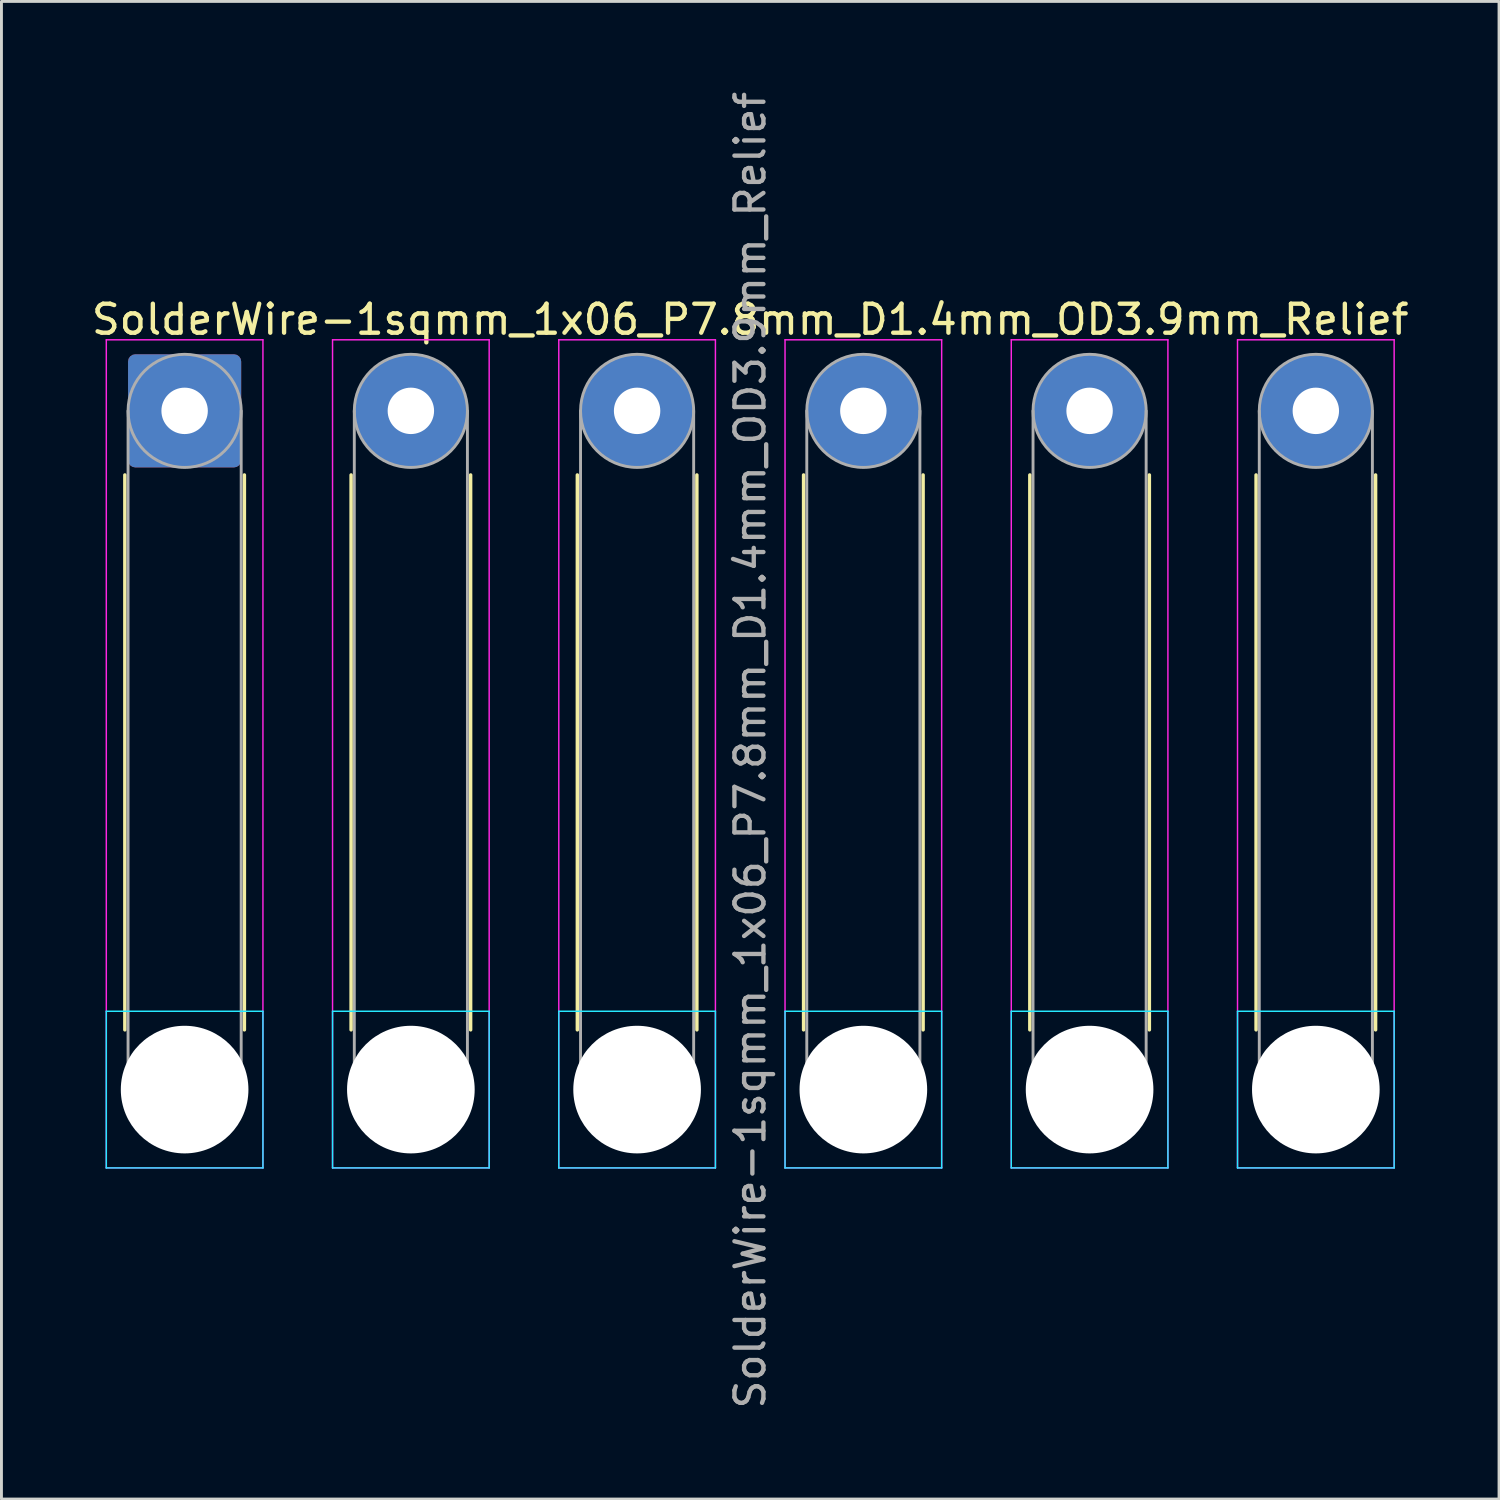
<source format=kicad_pcb>
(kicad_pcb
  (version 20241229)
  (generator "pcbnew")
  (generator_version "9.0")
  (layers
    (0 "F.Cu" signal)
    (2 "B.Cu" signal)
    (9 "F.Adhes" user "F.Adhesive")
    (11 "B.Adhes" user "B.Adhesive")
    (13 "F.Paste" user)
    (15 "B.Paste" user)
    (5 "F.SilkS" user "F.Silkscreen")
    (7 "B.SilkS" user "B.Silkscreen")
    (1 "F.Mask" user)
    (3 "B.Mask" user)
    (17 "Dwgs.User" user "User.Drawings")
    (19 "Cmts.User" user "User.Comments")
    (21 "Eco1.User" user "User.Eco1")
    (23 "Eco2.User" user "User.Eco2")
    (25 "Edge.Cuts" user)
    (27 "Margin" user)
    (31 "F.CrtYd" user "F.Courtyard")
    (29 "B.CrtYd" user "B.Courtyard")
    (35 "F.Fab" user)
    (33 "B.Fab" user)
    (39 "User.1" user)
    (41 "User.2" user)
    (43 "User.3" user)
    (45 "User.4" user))
  (footprint "SolderWire-1sqmm_1x06_P7.8mm_D1.4mm_OD3.9mm_Relief"
    (layer "F.Cu")
    (at 3.315 11.115)
    (property "Reference" "SolderWire-1sqmm_1x06_P7.8mm_D1.4mm_OD3.9mm_Relief" (at 19.5 -3.15 0) (layer "F.SilkS") (effects (font (size 1 1) (thickness 0.15))))
    (attr exclude_from_pos_files exclude_from_bom)
    (fp_line (start -2.06 2.21) (end -2.06 21.34) (stroke (width 0.12) (type solid)) (layer "F.SilkS"))
    (fp_line (start 2.06 2.21) (end 2.06 21.34) (stroke (width 0.12) (type solid)) (layer "F.SilkS"))
    (fp_line (start 5.74 2.21) (end 5.74 21.34) (stroke (width 0.12) (type solid)) (layer "F.SilkS"))
    (fp_line (start 9.86 2.21) (end 9.86 21.34) (stroke (width 0.12) (type solid)) (layer "F.SilkS"))
    (fp_line (start 13.54 2.21) (end 13.54 21.34) (stroke (width 0.12) (type solid)) (layer "F.SilkS"))
    (fp_line (start 17.66 2.21) (end 17.66 21.34) (stroke (width 0.12) (type solid)) (layer "F.SilkS"))
    (fp_line (start 21.34 2.21) (end 21.34 21.34) (stroke (width 0.12) (type solid)) (layer "F.SilkS"))
    (fp_line (start 25.46 2.21) (end 25.46 21.34) (stroke (width 0.12) (type solid)) (layer "F.SilkS"))
    (fp_line (start 29.14 2.21) (end 29.14 21.34) (stroke (width 0.12) (type solid)) (layer "F.SilkS"))
    (fp_line (start 33.26 2.21) (end 33.26 21.34) (stroke (width 0.12) (type solid)) (layer "F.SilkS"))
    (fp_line (start 36.94 2.21) (end 36.94 21.34) (stroke (width 0.12) (type solid)) (layer "F.SilkS"))
    (fp_line (start 41.06 2.21) (end 41.06 21.34) (stroke (width 0.12) (type solid)) (layer "F.SilkS"))
    (fp_line (start -2.7 20.7) (end -2.7 26.1) (stroke (width 0.05) (type solid)) (layer "B.CrtYd"))
    (fp_line (start -2.7 26.1) (end 2.7 26.1) (stroke (width 0.05) (type solid)) (layer "B.CrtYd"))
    (fp_line (start 2.7 20.7) (end -2.7 20.7) (stroke (width 0.05) (type solid)) (layer "B.CrtYd"))
    (fp_line (start 2.7 26.1) (end 2.7 20.7) (stroke (width 0.05) (type solid)) (layer "B.CrtYd"))
    (fp_line (start 5.1 20.7) (end 5.1 26.1) (stroke (width 0.05) (type solid)) (layer "B.CrtYd"))
    (fp_line (start 5.1 26.1) (end 10.5 26.1) (stroke (width 0.05) (type solid)) (layer "B.CrtYd"))
    (fp_line (start 10.5 20.7) (end 5.1 20.7) (stroke (width 0.05) (type solid)) (layer "B.CrtYd"))
    (fp_line (start 10.5 26.1) (end 10.5 20.7) (stroke (width 0.05) (type solid)) (layer "B.CrtYd"))
    (fp_line (start 12.9 20.7) (end 12.9 26.1) (stroke (width 0.05) (type solid)) (layer "B.CrtYd"))
    (fp_line (start 12.9 26.1) (end 18.3 26.1) (stroke (width 0.05) (type solid)) (layer "B.CrtYd"))
    (fp_line (start 18.3 20.7) (end 12.9 20.7) (stroke (width 0.05) (type solid)) (layer "B.CrtYd"))
    (fp_line (start 18.3 26.1) (end 18.3 20.7) (stroke (width 0.05) (type solid)) (layer "B.CrtYd"))
    (fp_line (start 20.7 20.7) (end 20.7 26.1) (stroke (width 0.05) (type solid)) (layer "B.CrtYd"))
    (fp_line (start 20.7 26.1) (end 26.1 26.1) (stroke (width 0.05) (type solid)) (layer "B.CrtYd"))
    (fp_line (start 26.1 20.7) (end 20.7 20.7) (stroke (width 0.05) (type solid)) (layer "B.CrtYd"))
    (fp_line (start 26.1 26.1) (end 26.1 20.7) (stroke (width 0.05) (type solid)) (layer "B.CrtYd"))
    (fp_line (start 28.5 20.7) (end 28.5 26.1) (stroke (width 0.05) (type solid)) (layer "B.CrtYd"))
    (fp_line (start 28.5 26.1) (end 33.9 26.1) (stroke (width 0.05) (type solid)) (layer "B.CrtYd"))
    (fp_line (start 33.9 20.7) (end 28.5 20.7) (stroke (width 0.05) (type solid)) (layer "B.CrtYd"))
    (fp_line (start 33.9 26.1) (end 33.9 20.7) (stroke (width 0.05) (type solid)) (layer "B.CrtYd"))
    (fp_line (start 36.3 20.7) (end 36.3 26.1) (stroke (width 0.05) (type solid)) (layer "B.CrtYd"))
    (fp_line (start 36.3 26.1) (end 41.7 26.1) (stroke (width 0.05) (type solid)) (layer "B.CrtYd"))
    (fp_line (start 41.7 20.7) (end 36.3 20.7) (stroke (width 0.05) (type solid)) (layer "B.CrtYd"))
    (fp_line (start 41.7 26.1) (end 41.7 20.7) (stroke (width 0.05) (type solid)) (layer "B.CrtYd"))
    (fp_line (start -2.7 -2.45) (end -2.7 26.1) (stroke (width 0.05) (type solid)) (layer "F.CrtYd"))
    (fp_line (start -2.7 26.1) (end 2.7 26.1) (stroke (width 0.05) (type solid)) (layer "F.CrtYd"))
    (fp_line (start 2.7 -2.45) (end -2.7 -2.45) (stroke (width 0.05) (type solid)) (layer "F.CrtYd"))
    (fp_line (start 2.7 26.1) (end 2.7 -2.45) (stroke (width 0.05) (type solid)) (layer "F.CrtYd"))
    (fp_line (start 5.1 -2.45) (end 5.1 26.1) (stroke (width 0.05) (type solid)) (layer "F.CrtYd"))
    (fp_line (start 5.1 26.1) (end 10.5 26.1) (stroke (width 0.05) (type solid)) (layer "F.CrtYd"))
    (fp_line (start 10.5 -2.45) (end 5.1 -2.45) (stroke (width 0.05) (type solid)) (layer "F.CrtYd"))
    (fp_line (start 10.5 26.1) (end 10.5 -2.45) (stroke (width 0.05) (type solid)) (layer "F.CrtYd"))
    (fp_line (start 12.9 -2.45) (end 12.9 26.1) (stroke (width 0.05) (type solid)) (layer "F.CrtYd"))
    (fp_line (start 12.9 26.1) (end 18.3 26.1) (stroke (width 0.05) (type solid)) (layer "F.CrtYd"))
    (fp_line (start 18.3 -2.45) (end 12.9 -2.45) (stroke (width 0.05) (type solid)) (layer "F.CrtYd"))
    (fp_line (start 18.3 26.1) (end 18.3 -2.45) (stroke (width 0.05) (type solid)) (layer "F.CrtYd"))
    (fp_line (start 20.7 -2.45) (end 20.7 26.1) (stroke (width 0.05) (type solid)) (layer "F.CrtYd"))
    (fp_line (start 20.7 26.1) (end 26.1 26.1) (stroke (width 0.05) (type solid)) (layer "F.CrtYd"))
    (fp_line (start 26.1 -2.45) (end 20.7 -2.45) (stroke (width 0.05) (type solid)) (layer "F.CrtYd"))
    (fp_line (start 26.1 26.1) (end 26.1 -2.45) (stroke (width 0.05) (type solid)) (layer "F.CrtYd"))
    (fp_line (start 28.5 -2.45) (end 28.5 26.1) (stroke (width 0.05) (type solid)) (layer "F.CrtYd"))
    (fp_line (start 28.5 26.1) (end 33.9 26.1) (stroke (width 0.05) (type solid)) (layer "F.CrtYd"))
    (fp_line (start 33.9 -2.45) (end 28.5 -2.45) (stroke (width 0.05) (type solid)) (layer "F.CrtYd"))
    (fp_line (start 33.9 26.1) (end 33.9 -2.45) (stroke (width 0.05) (type solid)) (layer "F.CrtYd"))
    (fp_line (start 36.3 -2.45) (end 36.3 26.1) (stroke (width 0.05) (type solid)) (layer "F.CrtYd"))
    (fp_line (start 36.3 26.1) (end 41.7 26.1) (stroke (width 0.05) (type solid)) (layer "F.CrtYd"))
    (fp_line (start 41.7 -2.45) (end 36.3 -2.45) (stroke (width 0.05) (type solid)) (layer "F.CrtYd"))
    (fp_line (start 41.7 26.1) (end 41.7 -2.45) (stroke (width 0.05) (type solid)) (layer "F.CrtYd"))
    (fp_line (start -1.95 0) (end -1.95 23.4) (stroke (width 0.1) (type solid)) (layer "F.Fab"))
    (fp_line (start 1.95 0) (end 1.95 23.4) (stroke (width 0.1) (type solid)) (layer "F.Fab"))
    (fp_line (start 5.85 0) (end 5.85 23.4) (stroke (width 0.1) (type solid)) (layer "F.Fab"))
    (fp_line (start 9.75 0) (end 9.75 23.4) (stroke (width 0.1) (type solid)) (layer "F.Fab"))
    (fp_line (start 13.65 0) (end 13.65 23.4) (stroke (width 0.1) (type solid)) (layer "F.Fab"))
    (fp_line (start 17.55 0) (end 17.55 23.4) (stroke (width 0.1) (type solid)) (layer "F.Fab"))
    (fp_line (start 21.45 0) (end 21.45 23.4) (stroke (width 0.1) (type solid)) (layer "F.Fab"))
    (fp_line (start 25.35 0) (end 25.35 23.4) (stroke (width 0.1) (type solid)) (layer "F.Fab"))
    (fp_line (start 29.25 0) (end 29.25 23.4) (stroke (width 0.1) (type solid)) (layer "F.Fab"))
    (fp_line (start 33.15 0) (end 33.15 23.4) (stroke (width 0.1) (type solid)) (layer "F.Fab"))
    (fp_line (start 37.05 0) (end 37.05 23.4) (stroke (width 0.1) (type solid)) (layer "F.Fab"))
    (fp_line (start 40.95 0) (end 40.95 23.4) (stroke (width 0.1) (type solid)) (layer "F.Fab"))
    (fp_circle (center 0 0) (end 1.95 0) (stroke (width 0.1) (type solid)) (fill no) (layer "F.Fab"))
    (fp_circle (center 0 23.4) (end 1.95 23.4) (stroke (width 0.1) (type solid)) (fill no) (layer "F.Fab"))
    (fp_circle (center 7.8 0) (end 9.75 0) (stroke (width 0.1) (type solid)) (fill no) (layer "F.Fab"))
    (fp_circle (center 7.8 23.4) (end 9.75 23.4) (stroke (width 0.1) (type solid)) (fill no) (layer "F.Fab"))
    (fp_circle (center 15.6 0) (end 17.55 0) (stroke (width 0.1) (type solid)) (fill no) (layer "F.Fab"))
    (fp_circle (center 15.6 23.4) (end 17.55 23.4) (stroke (width 0.1) (type solid)) (fill no) (layer "F.Fab"))
    (fp_circle (center 23.4 0) (end 25.35 0) (stroke (width 0.1) (type solid)) (fill no) (layer "F.Fab"))
    (fp_circle (center 23.4 23.4) (end 25.35 23.4) (stroke (width 0.1) (type solid)) (fill no) (layer "F.Fab"))
    (fp_circle (center 31.2 0) (end 33.15 0) (stroke (width 0.1) (type solid)) (fill no) (layer "F.Fab"))
    (fp_circle (center 31.2 23.4) (end 33.15 23.4) (stroke (width 0.1) (type solid)) (fill no) (layer "F.Fab"))
    (fp_circle (center 39 0) (end 40.95 0) (stroke (width 0.1) (type solid)) (fill no) (layer "F.Fab"))
    (fp_circle (center 39 23.4) (end 40.95 23.4) (stroke (width 0.1) (type solid)) (fill no) (layer "F.Fab"))
    (fp_text user "${REFERENCE}" (at 19.5 11.7 90) (layer "F.Fab") (effects (font (size 1 1) (thickness 0.15))))
    (pad "" np_thru_hole circle (at 0 23.4) (size 4.4 4.4) (drill 4.4) (layers "*.Cu" "*.Mask"))
    (pad "" np_thru_hole circle (at 7.8 23.4) (size 4.4 4.4) (drill 4.4) (layers "*.Cu" "*.Mask"))
    (pad "" np_thru_hole circle (at 15.6 23.4) (size 4.4 4.4) (drill 4.4) (layers "*.Cu" "*.Mask"))
    (pad "" np_thru_hole circle (at 23.4 23.4) (size 4.4 4.4) (drill 4.4) (layers "*.Cu" "*.Mask"))
    (pad "" np_thru_hole circle (at 31.2 23.4) (size 4.4 4.4) (drill 4.4) (layers "*.Cu" "*.Mask"))
    (pad "" np_thru_hole circle (at 39 23.4) (size 4.4 4.4) (drill 4.4) (layers "*.Cu" "*.Mask"))
    (pad "1" thru_hole roundrect (at 0 0) (size 3.9 3.9) (drill 1.6) (layers "*.Cu" "*.Mask") (roundrect_rratio 0.064))
    (pad "2" thru_hole circle (at 7.8 0) (size 3.9 3.9) (drill 1.6) (layers "*.Cu" "*.Mask"))
    (pad "3" thru_hole circle (at 15.6 0) (size 3.9 3.9) (drill 1.6) (layers "*.Cu" "*.Mask"))
    (pad "4" thru_hole circle (at 23.4 0) (size 3.9 3.9) (drill 1.6) (layers "*.Cu" "*.Mask"))
    (pad "5" thru_hole circle (at 31.2 0) (size 3.9 3.9) (drill 1.6) (layers "*.Cu" "*.Mask"))
    (pad "6" thru_hole circle (at 39 0) (size 3.9 3.9) (drill 1.6) (layers "*.Cu" "*.Mask")))
  (gr_rect
    (start -3 -3)
    (end 48.631 48.631)
    (stroke (width 0.1) (type default))
    (fill no)
    (layer "Edge.Cuts")))
</source>
